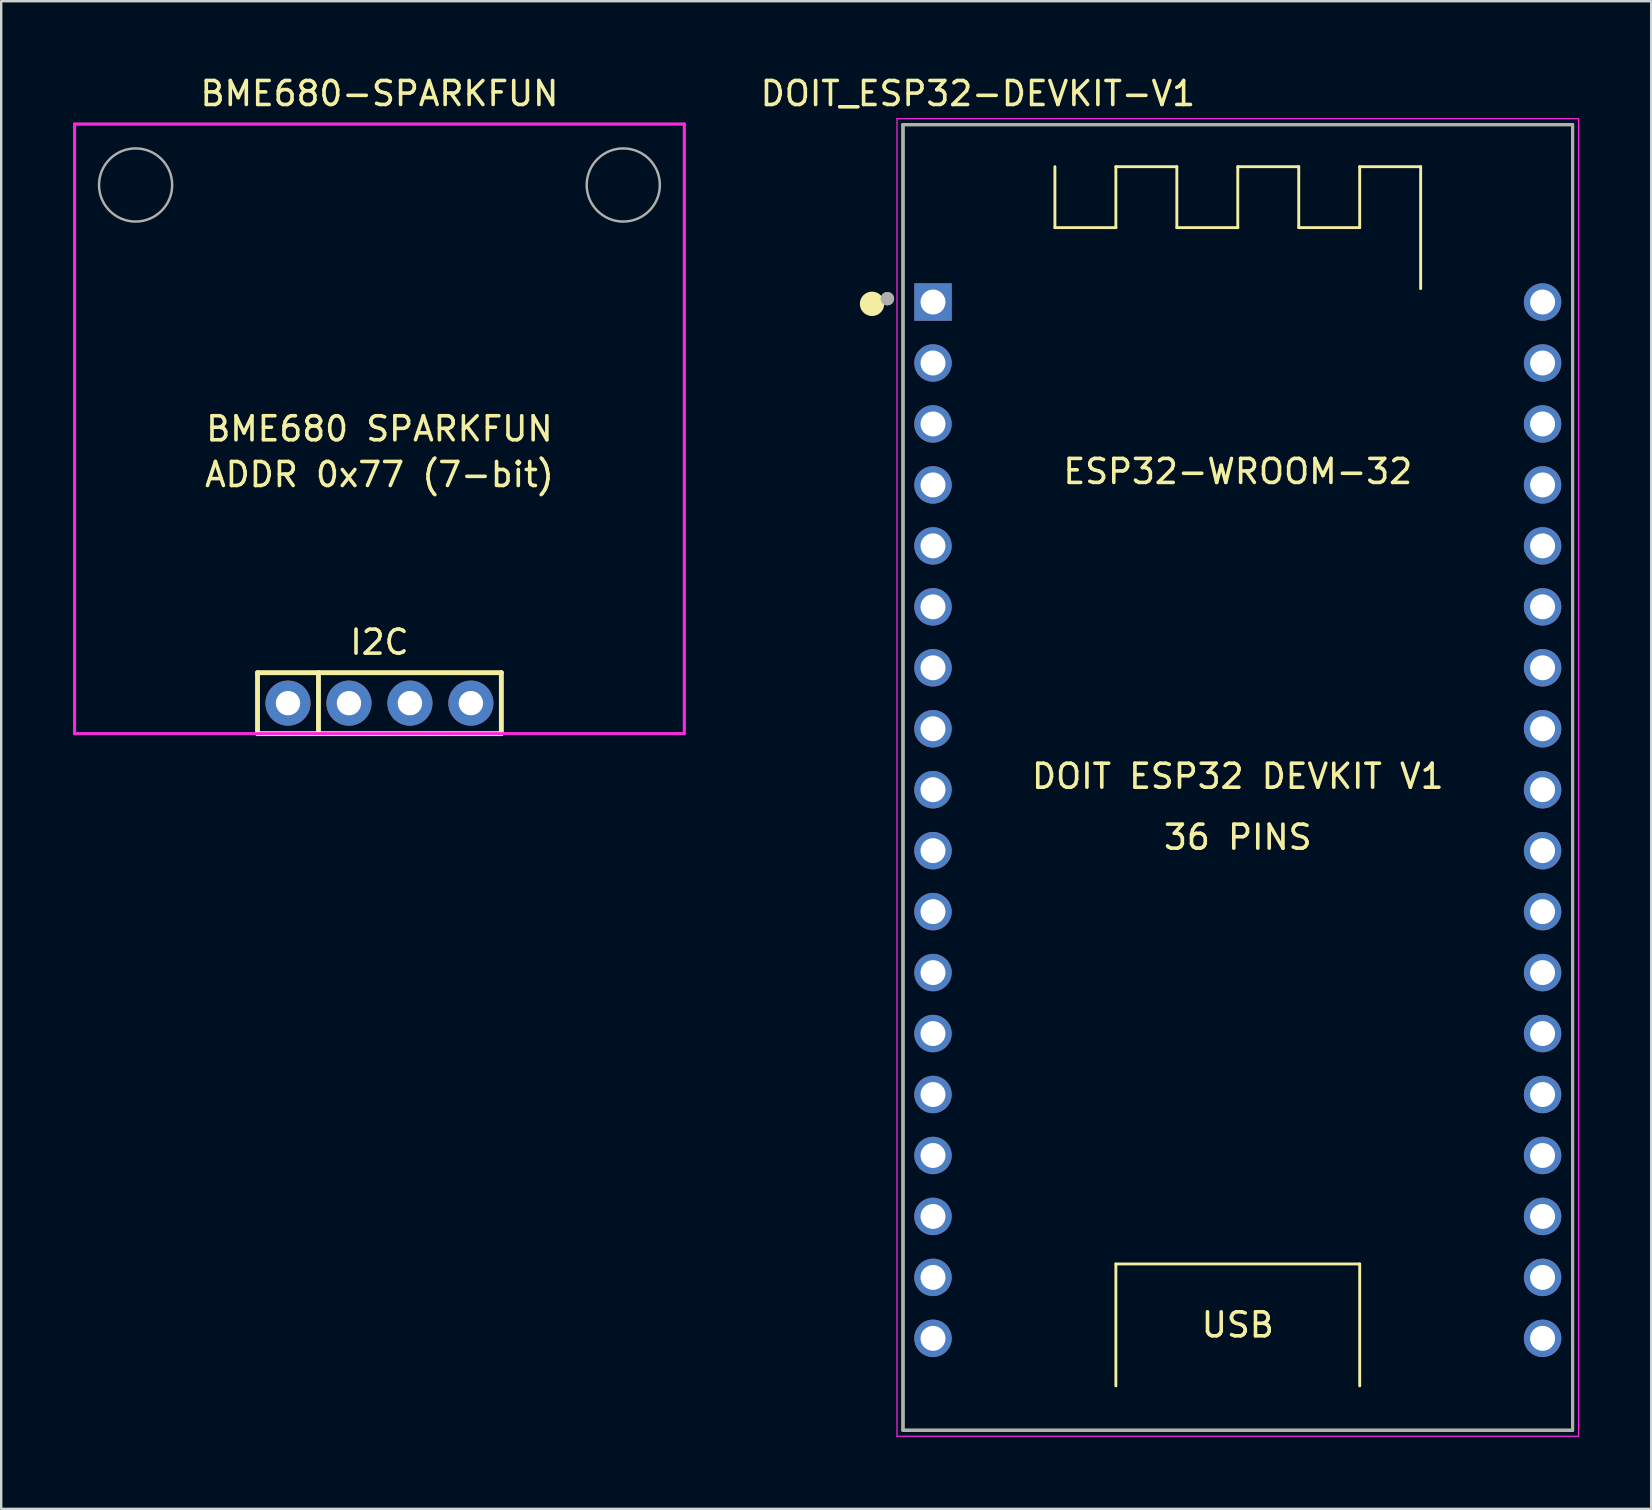
<source format=kicad_pcb>
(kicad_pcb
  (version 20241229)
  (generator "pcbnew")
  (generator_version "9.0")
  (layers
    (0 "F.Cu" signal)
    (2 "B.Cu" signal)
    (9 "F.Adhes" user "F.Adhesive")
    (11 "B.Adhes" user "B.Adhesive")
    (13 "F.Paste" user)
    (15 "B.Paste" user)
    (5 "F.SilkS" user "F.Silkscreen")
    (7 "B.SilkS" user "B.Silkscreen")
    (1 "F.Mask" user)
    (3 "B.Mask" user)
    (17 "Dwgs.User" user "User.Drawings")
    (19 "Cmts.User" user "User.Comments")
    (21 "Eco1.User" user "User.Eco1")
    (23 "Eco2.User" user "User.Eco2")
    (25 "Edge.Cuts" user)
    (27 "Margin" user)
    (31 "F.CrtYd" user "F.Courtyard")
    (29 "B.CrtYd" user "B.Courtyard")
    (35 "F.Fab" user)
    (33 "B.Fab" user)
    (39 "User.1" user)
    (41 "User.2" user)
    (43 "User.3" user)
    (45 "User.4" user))
  (footprint "DOIT_ESP32-DEVKIT-V1"
    (layer "F.Cu")
    (at 48.525 29.295)
    (property "Reference" "DOIT_ESP32-DEVKIT-V1" (at -10.829 -28.446 0) (layer "F.SilkS") (effects (font (size 1 1) (thickness 0.15))))
    (attr through_hole)
    (fp_line (start -13.95 -27.15) (end 13.95 -27.15) (stroke (width 0.127) (type solid)) (layer "F.SilkS"))
    (fp_line (start -13.95 27.25) (end -13.95 -27.15) (stroke (width 0.127) (type solid)) (layer "F.SilkS"))
    (fp_line (start -7.62 -25.4) (end -7.62 -22.86) (stroke (width 0.12) (type solid)) (layer "F.SilkS"))
    (fp_line (start -5.08 -25.4) (end -5.08 -22.86) (stroke (width 0.12) (type solid)) (layer "F.SilkS"))
    (fp_line (start -5.08 -22.86) (end -7.62 -22.86) (stroke (width 0.12) (type solid)) (layer "F.SilkS"))
    (fp_line (start -5.08 20.32) (end 5.08 20.32) (stroke (width 0.12) (type solid)) (layer "F.SilkS"))
    (fp_line (start -5.08 25.4) (end -5.08 20.32) (stroke (width 0.12) (type solid)) (layer "F.SilkS"))
    (fp_line (start -2.54 -25.4) (end -5.08 -25.4) (stroke (width 0.12) (type solid)) (layer "F.SilkS"))
    (fp_line (start -2.54 -22.86) (end -2.54 -25.4) (stroke (width 0.12) (type solid)) (layer "F.SilkS"))
    (fp_line (start 0 -25.4) (end 0 -22.86) (stroke (width 0.12) (type solid)) (layer "F.SilkS"))
    (fp_line (start 0 -22.86) (end -2.54 -22.86) (stroke (width 0.12) (type solid)) (layer "F.SilkS"))
    (fp_line (start 2.54 -25.4) (end 0 -25.4) (stroke (width 0.12) (type solid)) (layer "F.SilkS"))
    (fp_line (start 2.54 -22.86) (end 2.54 -25.4) (stroke (width 0.12) (type solid)) (layer "F.SilkS"))
    (fp_line (start 5.08 -25.4) (end 5.08 -22.86) (stroke (width 0.12) (type solid)) (layer "F.SilkS"))
    (fp_line (start 5.08 -22.86) (end 2.54 -22.86) (stroke (width 0.12) (type solid)) (layer "F.SilkS"))
    (fp_line (start 5.08 20.32) (end 5.08 25.4) (stroke (width 0.12) (type solid)) (layer "F.SilkS"))
    (fp_line (start 7.62 -25.4) (end 5.08 -25.4) (stroke (width 0.12) (type solid)) (layer "F.SilkS"))
    (fp_line (start 7.62 -20.32) (end 7.62 -25.4) (stroke (width 0.12) (type solid)) (layer "F.SilkS"))
    (fp_line (start 13.95 -27.15) (end 13.95 27.25) (stroke (width 0.127) (type solid)) (layer "F.SilkS"))
    (fp_line (start 13.95 27.25) (end -13.95 27.25) (stroke (width 0.127) (type solid)) (layer "F.SilkS"))
    (fp_circle (center -15.24 -19.685) (end -14.986 -19.685) (stroke (width 0.508) (type solid)) (fill no) (layer "F.SilkS"))
    (fp_line (start -14.2 -27.4) (end 14.2 -27.4) (stroke (width 0.05) (type solid)) (layer "F.CrtYd"))
    (fp_line (start -14.2 27.5) (end -14.2 -27.4) (stroke (width 0.05) (type solid)) (layer "F.CrtYd"))
    (fp_line (start 14.2 -27.4) (end 14.2 27.5) (stroke (width 0.05) (type solid)) (layer "F.CrtYd"))
    (fp_line (start 14.2 27.5) (end -14.2 27.5) (stroke (width 0.05) (type solid)) (layer "F.CrtYd"))
    (fp_line (start -13.95 -27.15) (end 13.95 -27.15) (stroke (width 0.127) (type solid)) (layer "F.Fab"))
    (fp_line (start -13.95 27.25) (end -13.95 -27.15) (stroke (width 0.127) (type solid)) (layer "F.Fab"))
    (fp_line (start 13.95 -27.15) (end 13.95 27.25) (stroke (width 0.127) (type solid)) (layer "F.Fab"))
    (fp_line (start 13.95 27.25) (end -13.95 27.25) (stroke (width 0.127) (type solid)) (layer "F.Fab"))
    (fp_circle (center -14.6 -19.9) (end -14.46 -19.9) (stroke (width 0.28) (type solid)) (fill no) (layer "F.Fab"))
    (fp_circle (center -14.6 -19.9) (end -14.46 -19.9) (stroke (width 0.28) (type solid)) (fill no) (layer "F.Fab"))
    (fp_text user "DOIT ESP32 DEVKIT V1" (at 0 0 0) (layer "F.SilkS") (effects (font (size 1 1) (thickness 0.15))))
    (fp_text user "USB" (at 0 22.86 0) (layer "F.SilkS") (effects (font (size 1 1) (thickness 0.15))))
    (fp_text user "ESP32-WROOM-32" (at 0 -12.7 0) (layer "F.SilkS") (effects (font (size 1 1) (thickness 0.15))))
    (fp_text user "36 PINS" (at 0 2.54 0) (layer "F.SilkS") (effects (font (size 1 1) (thickness 0.15))))
    (pad "1" thru_hole rect (at -12.7 -19.76) (size 1.56 1.56) (drill 1.04) (layers "*.Cu" "*.Mask"))
    (pad "2" thru_hole circle (at -12.7 -17.22) (size 1.56 1.56) (drill 1.04) (layers "*.Cu" "*.Mask"))
    (pad "3" thru_hole circle (at -12.7 -14.68) (size 1.56 1.56) (drill 1.04) (layers "*.Cu" "*.Mask"))
    (pad "4" thru_hole circle (at -12.7 -12.14) (size 1.56 1.56) (drill 1.04) (layers "*.Cu" "*.Mask"))
    (pad "5" thru_hole circle (at -12.7 -9.6) (size 1.56 1.56) (drill 1.04) (layers "*.Cu" "*.Mask"))
    (pad "6" thru_hole circle (at -12.7 -7.06) (size 1.56 1.56) (drill 1.04) (layers "*.Cu" "*.Mask"))
    (pad "7" thru_hole circle (at -12.7 -4.52) (size 1.56 1.56) (drill 1.04) (layers "*.Cu" "*.Mask"))
    (pad "8" thru_hole circle (at -12.7 -1.98) (size 1.56 1.56) (drill 1.04) (layers "*.Cu" "*.Mask"))
    (pad "9" thru_hole circle (at -12.7 0.56) (size 1.56 1.56) (drill 1.04) (layers "*.Cu" "*.Mask"))
    (pad "10" thru_hole circle (at -12.7 3.1) (size 1.56 1.56) (drill 1.04) (layers "*.Cu" "*.Mask"))
    (pad "11" thru_hole circle (at -12.7 5.64) (size 1.56 1.56) (drill 1.04) (layers "*.Cu" "*.Mask"))
    (pad "12" thru_hole circle (at -12.7 8.18) (size 1.56 1.56) (drill 1.04) (layers "*.Cu" "*.Mask"))
    (pad "13" thru_hole circle (at -12.7 10.72) (size 1.56 1.56) (drill 1.04) (layers "*.Cu" "*.Mask"))
    (pad "14" thru_hole circle (at -12.7 13.26) (size 1.56 1.56) (drill 1.04) (layers "*.Cu" "*.Mask"))
    (pad "15" thru_hole circle (at -12.7 15.8) (size 1.56 1.56) (drill 1.04) (layers "*.Cu" "*.Mask"))
    (pad "16" thru_hole circle (at -12.7 18.34) (size 1.56 1.56) (drill 1.04) (layers "*.Cu" "*.Mask"))
    (pad "17" thru_hole circle (at -12.7 20.88) (size 1.56 1.56) (drill 1.04) (layers "*.Cu" "*.Mask"))
    (pad "18" thru_hole circle (at -12.7 23.42) (size 1.56 1.56) (drill 1.04) (layers "*.Cu" "*.Mask"))
    (pad "19" thru_hole circle (at 12.7 -19.76) (size 1.56 1.56) (drill 1.04) (layers "*.Cu" "*.Mask"))
    (pad "20" thru_hole circle (at 12.7 -17.22) (size 1.56 1.56) (drill 1.04) (layers "*.Cu" "*.Mask"))
    (pad "21" thru_hole circle (at 12.7 -14.68) (size 1.56 1.56) (drill 1.04) (layers "*.Cu" "*.Mask"))
    (pad "22" thru_hole circle (at 12.7 -12.14) (size 1.56 1.56) (drill 1.04) (layers "*.Cu" "*.Mask"))
    (pad "23" thru_hole circle (at 12.7 -9.6) (size 1.56 1.56) (drill 1.04) (layers "*.Cu" "*.Mask"))
    (pad "24" thru_hole circle (at 12.7 -7.06) (size 1.56 1.56) (drill 1.04) (layers "*.Cu" "*.Mask"))
    (pad "25" thru_hole circle (at 12.7 -4.52) (size 1.56 1.56) (drill 1.04) (layers "*.Cu" "*.Mask"))
    (pad "26" thru_hole circle (at 12.7 -1.98) (size 1.56 1.56) (drill 1.04) (layers "*.Cu" "*.Mask"))
    (pad "27" thru_hole circle (at 12.7 0.56) (size 1.56 1.56) (drill 1.04) (layers "*.Cu" "*.Mask"))
    (pad "28" thru_hole circle (at 12.7 3.1) (size 1.56 1.56) (drill 1.04) (layers "*.Cu" "*.Mask"))
    (pad "29" thru_hole circle (at 12.7 5.64) (size 1.56 1.56) (drill 1.04) (layers "*.Cu" "*.Mask"))
    (pad "30" thru_hole circle (at 12.7 8.18) (size 1.56 1.56) (drill 1.04) (layers "*.Cu" "*.Mask"))
    (pad "31" thru_hole circle (at 12.7 10.72) (size 1.56 1.56) (drill 1.04) (layers "*.Cu" "*.Mask"))
    (pad "32" thru_hole circle (at 12.7 13.26) (size 1.56 1.56) (drill 1.04) (layers "*.Cu" "*.Mask"))
    (pad "33" thru_hole circle (at 12.7 15.8) (size 1.56 1.56) (drill 1.04) (layers "*.Cu" "*.Mask"))
    (pad "34" thru_hole circle (at 12.7 18.34) (size 1.56 1.56) (drill 1.04) (layers "*.Cu" "*.Mask"))
    (pad "35" thru_hole circle (at 12.7 20.88) (size 1.56 1.56) (drill 1.04) (layers "*.Cu" "*.Mask"))
    (pad "36" thru_hole circle (at 12.7 23.42) (size 1.56 1.56) (drill 1.04) (layers "*.Cu" "*.Mask")))
  (footprint "BME680-SPARKFUN"
    (layer "F.Cu")
    (at 12.76 14.818)
    (property "Reference" "BME680-SPARKFUN" (at 0 -13.97 0) (layer "F.SilkS") (effects (font (size 1 1) (thickness 0.15))))
    (attr through_hole)
    (fp_line (start -5.08 10.16) (end 5.08 10.16) (stroke (width 0.203) (type solid)) (layer "F.SilkS"))
    (fp_line (start -5.08 12.7) (end -5.08 10.16) (stroke (width 0.203) (type solid)) (layer "F.SilkS"))
    (fp_line (start -2.54 10.16) (end -2.54 12.7) (stroke (width 0.203) (type solid)) (layer "F.SilkS"))
    (fp_line (start 5.08 10.16) (end 5.08 12.7) (stroke (width 0.203) (type solid)) (layer "F.SilkS"))
    (fp_line (start 5.08 12.7) (end -5.08 12.7) (stroke (width 0.203) (type solid)) (layer "F.SilkS"))
    (fp_line (start -12.7 -12.7) (end 12.7 -12.7) (stroke (width 0.12) (type solid)) (layer "F.CrtYd"))
    (fp_line (start -12.7 12.7) (end -12.7 -12.7) (stroke (width 0.12) (type solid)) (layer "F.CrtYd"))
    (fp_line (start 12.7 -12.7) (end 12.7 12.7) (stroke (width 0.12) (type solid)) (layer "F.CrtYd"))
    (fp_line (start 12.7 12.7) (end -12.7 12.7) (stroke (width 0.12) (type solid)) (layer "F.CrtYd"))
    (fp_line (start -12.7 -12.7) (end 12.7 -12.7) (stroke (width 0.102) (type solid)) (layer "F.Fab"))
    (fp_line (start -12.7 12.7) (end -12.7 -12.7) (stroke (width 0.102) (type solid)) (layer "F.Fab"))
    (fp_line (start 12.7 -12.7) (end 12.7 12.7) (stroke (width 0.102) (type solid)) (layer "F.Fab"))
    (fp_line (start 12.7 12.7) (end -12.7 12.7) (stroke (width 0.102) (type solid)) (layer "F.Fab"))
    (fp_circle (center -10.16 -10.16) (end -8.636 -10.16) (stroke (width 0.102) (type solid)) (fill no) (layer "F.Fab"))
    (fp_circle (center 10.16 -10.16) (end 11.684 -10.16) (stroke (width 0.102) (type solid)) (fill no) (layer "F.Fab"))
    (fp_text user "BME680 SPARKFUN" (at 0 0 0) (layer "F.SilkS") (effects (font (size 1 1) (thickness 0.15))))
    (fp_text user "I2C" (at 0 8.89 0) (layer "F.SilkS") (effects (font (size 1 1) (thickness 0.15))))
    (fp_text user "ADDR 0x77 (7-bit)" (at 0 1.905 0) (layer "F.SilkS") (effects (font (size 1 1) (thickness 0.15))))
    (pad "1" thru_hole circle (at -3.81 11.43) (size 1.88 1.88) (drill 1.016) (layers "*.Cu" "*.Mask"))
    (pad "2" thru_hole circle (at -1.27 11.43) (size 1.88 1.88) (drill 1.016) (layers "*.Cu" "*.Mask"))
    (pad "3" thru_hole circle (at 1.27 11.43) (size 1.88 1.88) (drill 1.016) (layers "*.Cu" "*.Mask"))
    (pad "4" thru_hole circle (at 3.81 11.43) (size 1.88 1.88) (drill 1.016) (layers "*.Cu" "*.Mask")))
  (gr_rect
    (start -3 -3)
    (end 65.75 59.82)
    (stroke (width 0.1) (type default))
    (fill no)
    (layer "Edge.Cuts")))
</source>
